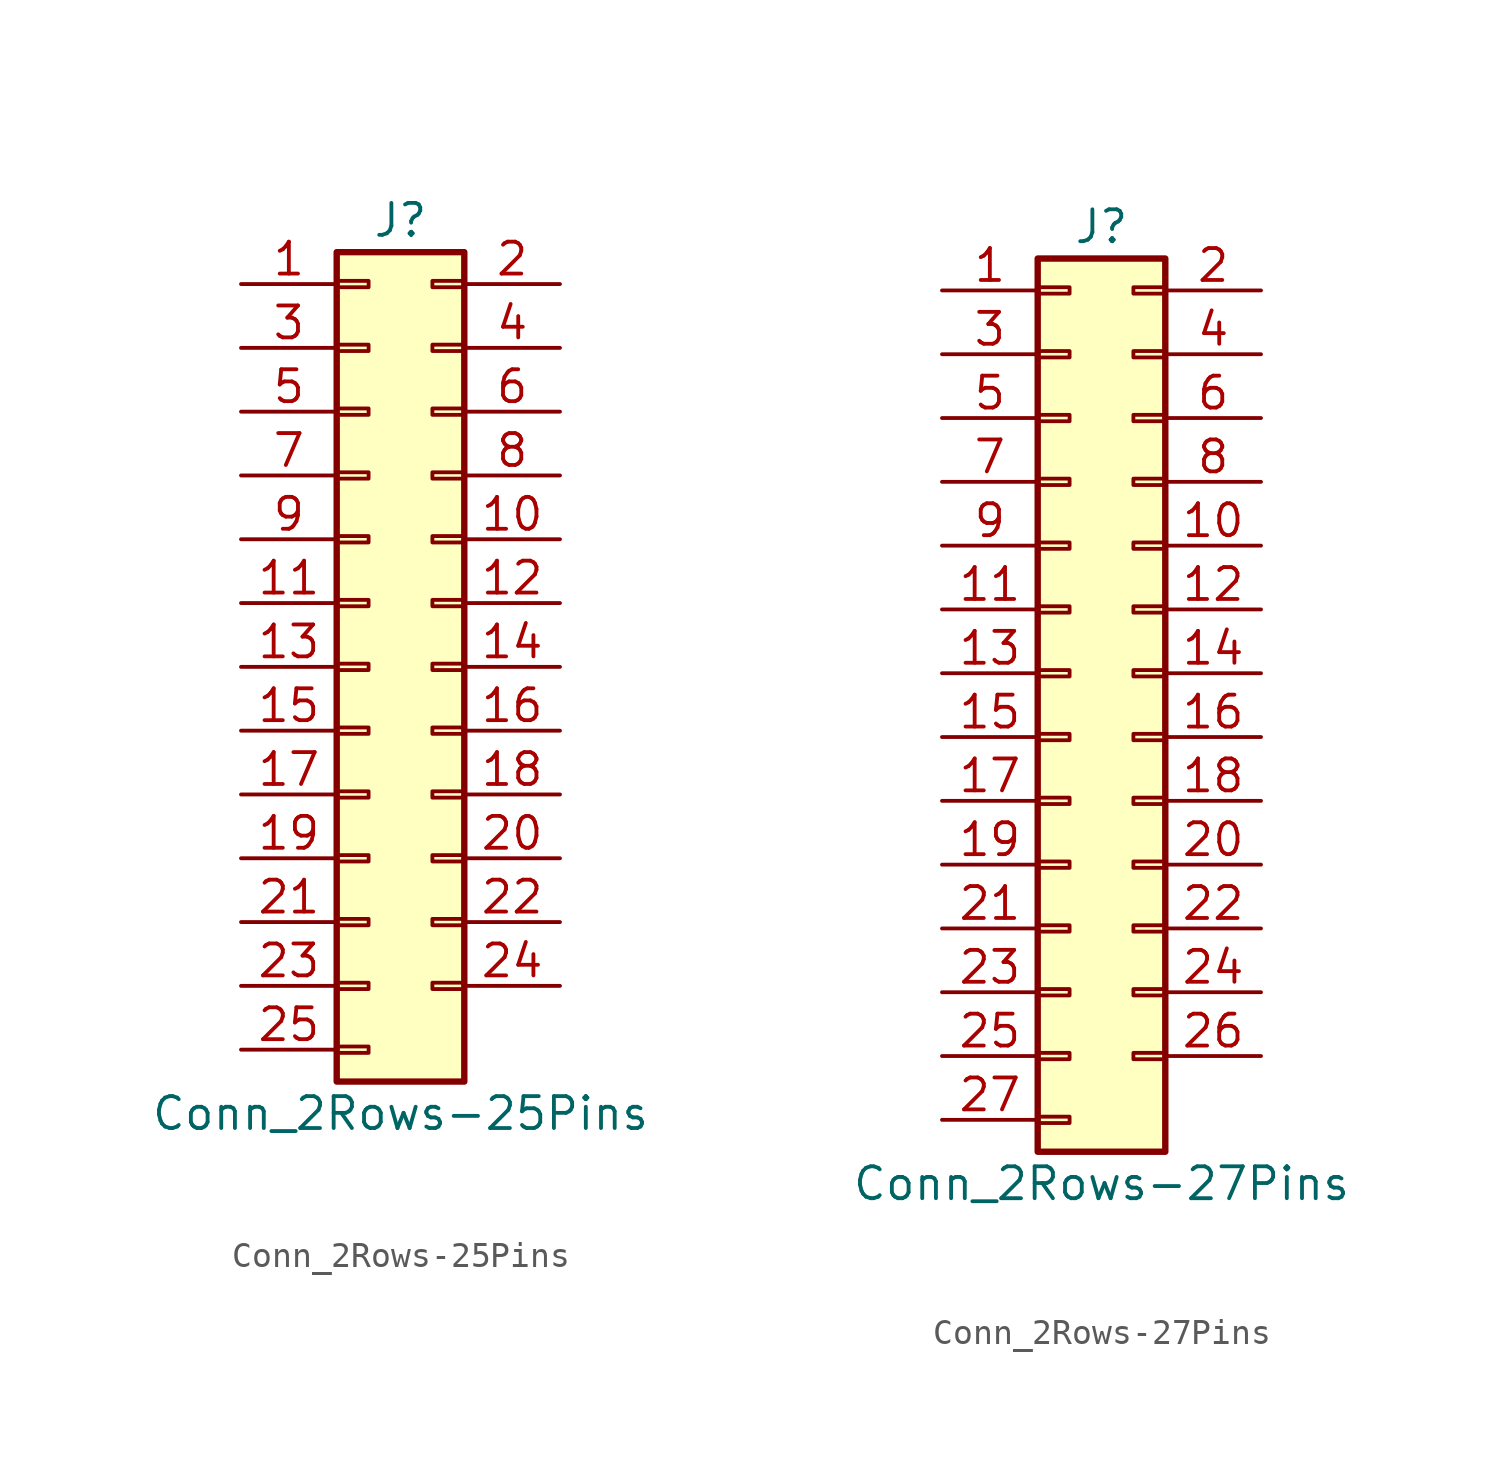
<source format=kicad_sym>
(kicad_symbol_lib
  (version 20201005)
  (generator kicad_symbol_editor)
  (symbol "Connector_Generic:Conn_2Rows-25Pins"
    (pin_names
      (offset 1.016) hide)
    (property "Reference" "J"
      (at 1.27 17.78 0)
      (effects (font (size 1.27 1.27))))
    (property "Value" "Conn_2Rows-25Pins"
      (at 1.27 -17.78 0)
      (effects (font (size 1.27 1.27))))
    (symbol "Conn_2Rows-25Pins_1_1"
      (rectangle (start -1.27 -4.953) (end 0 -5.207) (stroke (width 0.152)) (fill (type none)))
      (rectangle (start -1.27 -7.493) (end 0 -7.747) (stroke (width 0.152)) (fill (type none)))
      (rectangle (start -1.27 -10.033) (end 0 -10.287) (stroke (width 0.152)) (fill (type none)))
      (rectangle (start -1.27 -12.573) (end 0 -12.827) (stroke (width 0.152)) (fill (type none)))
      (rectangle (start -1.27 -15.113) (end 0 -15.367) (stroke (width 0.152)) (fill (type none)))
      (rectangle (start -1.27 -2.413) (end 0 -2.667) (stroke (width 0.152)) (fill (type none)))
      (rectangle (start -1.27 2.667) (end 0 2.413) (stroke (width 0.152)) (fill (type none)))
      (rectangle (start -1.27 5.207) (end 0 4.953) (stroke (width 0.152)) (fill (type none)))
      (rectangle (start -1.27 7.747) (end 0 7.493) (stroke (width 0.152)) (fill (type none)))
      (rectangle (start -1.27 10.287) (end 0 10.033) (stroke (width 0.152)) (fill (type none)))
      (rectangle (start -1.27 0.127) (end 0 -0.127) (stroke (width 0.152)) (fill (type none)))
      (rectangle (start -1.27 12.827) (end 0 12.573) (stroke (width 0.152)) (fill (type none)))
      (rectangle (start -1.27 15.367) (end 0 15.113) (stroke (width 0.152)) (fill (type none)))
      (rectangle (start -1.27 16.51) (end 3.81 -16.51) (stroke (width 0.254)) (fill (type background)))
      (rectangle (start 3.81 -4.953) (end 2.54 -5.207) (stroke (width 0.152)) (fill (type none)))
      (rectangle (start 3.81 -7.493) (end 2.54 -7.747) (stroke (width 0.152)) (fill (type none)))
      (rectangle (start 3.81 -10.033) (end 2.54 -10.287) (stroke (width 0.152)) (fill (type none)))
      (rectangle (start 3.81 -12.573) (end 2.54 -12.827) (stroke (width 0.152)) (fill (type none)))
      (rectangle (start 3.81 -2.413) (end 2.54 -2.667) (stroke (width 0.152)) (fill (type none)))
      (rectangle (start 3.81 2.667) (end 2.54 2.413) (stroke (width 0.152)) (fill (type none)))
      (rectangle (start 3.81 5.207) (end 2.54 4.953) (stroke (width 0.152)) (fill (type none)))
      (rectangle (start 3.81 7.747) (end 2.54 7.493) (stroke (width 0.152)) (fill (type none)))
      (rectangle (start 3.81 10.287) (end 2.54 10.033) (stroke (width 0.152)) (fill (type none)))
      (rectangle (start 3.81 0.127) (end 2.54 -0.127) (stroke (width 0.152)) (fill (type none)))
      (rectangle (start 3.81 12.827) (end 2.54 12.573) (stroke (width 0.152)) (fill (type none)))
      (rectangle (start 3.81 15.367) (end 2.54 15.113) (stroke (width 0.152)) (fill (type none)))
      (pin passive line (at -5.08 15.24 0) (length 3.81) (name "Pin_1" (effects (font (size 1.27 1.27)))) (number "1" (effects (font (size 1.27 1.27)))))
      (pin passive line (at 7.62 5.08 180) (length 3.81) (name "Pin_10" (effects (font (size 1.27 1.27)))) (number "10" (effects (font (size 1.27 1.27)))))
      (pin passive line (at -5.08 2.54 0) (length 3.81) (name "Pin_11" (effects (font (size 1.27 1.27)))) (number "11" (effects (font (size 1.27 1.27)))))
      (pin passive line (at 7.62 2.54 180) (length 3.81) (name "Pin_12" (effects (font (size 1.27 1.27)))) (number "12" (effects (font (size 1.27 1.27)))))
      (pin passive line (at -5.08 0 0) (length 3.81) (name "Pin_13" (effects (font (size 1.27 1.27)))) (number "13" (effects (font (size 1.27 1.27)))))
      (pin passive line (at 7.62 0 180) (length 3.81) (name "Pin_14" (effects (font (size 1.27 1.27)))) (number "14" (effects (font (size 1.27 1.27)))))
      (pin passive line (at -5.08 -2.54 0) (length 3.81) (name "Pin_15" (effects (font (size 1.27 1.27)))) (number "15" (effects (font (size 1.27 1.27)))))
      (pin passive line (at 7.62 -2.54 180) (length 3.81) (name "Pin_16" (effects (font (size 1.27 1.27)))) (number "16" (effects (font (size 1.27 1.27)))))
      (pin passive line (at -5.08 -5.08 0) (length 3.81) (name "Pin_17" (effects (font (size 1.27 1.27)))) (number "17" (effects (font (size 1.27 1.27)))))
      (pin passive line (at 7.62 -5.08 180) (length 3.81) (name "Pin_18" (effects (font (size 1.27 1.27)))) (number "18" (effects (font (size 1.27 1.27)))))
      (pin passive line (at -5.08 -7.62 0) (length 3.81) (name "Pin_19" (effects (font (size 1.27 1.27)))) (number "19" (effects (font (size 1.27 1.27)))))
      (pin passive line (at 7.62 15.24 180) (length 3.81) (name "Pin_2" (effects (font (size 1.27 1.27)))) (number "2" (effects (font (size 1.27 1.27)))))
      (pin passive line (at 7.62 -7.62 180) (length 3.81) (name "Pin_20" (effects (font (size 1.27 1.27)))) (number "20" (effects (font (size 1.27 1.27)))))
      (pin passive line (at -5.08 -10.16 0) (length 3.81) (name "Pin_21" (effects (font (size 1.27 1.27)))) (number "21" (effects (font (size 1.27 1.27)))))
      (pin passive line (at 7.62 -10.16 180) (length 3.81) (name "Pin_22" (effects (font (size 1.27 1.27)))) (number "22" (effects (font (size 1.27 1.27)))))
      (pin passive line (at -5.08 -12.7 0) (length 3.81) (name "Pin_23" (effects (font (size 1.27 1.27)))) (number "23" (effects (font (size 1.27 1.27)))))
      (pin passive line (at 7.62 -12.7 180) (length 3.81) (name "Pin_24" (effects (font (size 1.27 1.27)))) (number "24" (effects (font (size 1.27 1.27)))))
      (pin passive line (at -5.08 -15.24 0) (length 3.81) (name "Pin_25" (effects (font (size 1.27 1.27)))) (number "25" (effects (font (size 1.27 1.27)))))
      (pin passive line (at -5.08 12.7 0) (length 3.81) (name "Pin_3" (effects (font (size 1.27 1.27)))) (number "3" (effects (font (size 1.27 1.27)))))
      (pin passive line (at 7.62 12.7 180) (length 3.81) (name "Pin_4" (effects (font (size 1.27 1.27)))) (number "4" (effects (font (size 1.27 1.27)))))
      (pin passive line (at -5.08 10.16 0) (length 3.81) (name "Pin_5" (effects (font (size 1.27 1.27)))) (number "5" (effects (font (size 1.27 1.27)))))
      (pin passive line (at 7.62 10.16 180) (length 3.81) (name "Pin_6" (effects (font (size 1.27 1.27)))) (number "6" (effects (font (size 1.27 1.27)))))
      (pin passive line (at -5.08 7.62 0) (length 3.81) (name "Pin_7" (effects (font (size 1.27 1.27)))) (number "7" (effects (font (size 1.27 1.27)))))
      (pin passive line (at 7.62 7.62 180) (length 3.81) (name "Pin_8" (effects (font (size 1.27 1.27)))) (number "8" (effects (font (size 1.27 1.27)))))
      (pin passive line (at -5.08 5.08 0) (length 3.81) (name "Pin_9" (effects (font (size 1.27 1.27)))) (number "9" (effects (font (size 1.27 1.27)))))))
  (symbol "Connector_Generic:Conn_2Rows-27Pins"
    (pin_names
      (offset 1.016) hide)
    (property "Reference" "J"
      (at 1.27 17.78 0)
      (effects (font (size 1.27 1.27))))
    (property "Value" "Conn_2Rows-27Pins"
      (at 1.27 -20.32 0)
      (effects (font (size 1.27 1.27))))
    (symbol "Conn_2Rows-27Pins_1_1"
      (rectangle (start -1.27 -4.953) (end 0 -5.207) (stroke (width 0.152)) (fill (type none)))
      (rectangle (start -1.27 -7.493) (end 0 -7.747) (stroke (width 0.152)) (fill (type none)))
      (rectangle (start -1.27 -10.033) (end 0 -10.287) (stroke (width 0.152)) (fill (type none)))
      (rectangle (start -1.27 -12.573) (end 0 -12.827) (stroke (width 0.152)) (fill (type none)))
      (rectangle (start -1.27 -15.113) (end 0 -15.367) (stroke (width 0.152)) (fill (type none)))
      (rectangle (start -1.27 -17.653) (end 0 -17.907) (stroke (width 0.152)) (fill (type none)))
      (rectangle (start -1.27 -2.413) (end 0 -2.667) (stroke (width 0.152)) (fill (type none)))
      (rectangle (start -1.27 2.667) (end 0 2.413) (stroke (width 0.152)) (fill (type none)))
      (rectangle (start -1.27 5.207) (end 0 4.953) (stroke (width 0.152)) (fill (type none)))
      (rectangle (start -1.27 7.747) (end 0 7.493) (stroke (width 0.152)) (fill (type none)))
      (rectangle (start -1.27 10.287) (end 0 10.033) (stroke (width 0.152)) (fill (type none)))
      (rectangle (start -1.27 0.127) (end 0 -0.127) (stroke (width 0.152)) (fill (type none)))
      (rectangle (start -1.27 12.827) (end 0 12.573) (stroke (width 0.152)) (fill (type none)))
      (rectangle (start -1.27 15.367) (end 0 15.113) (stroke (width 0.152)) (fill (type none)))
      (rectangle (start -1.27 16.51) (end 3.81 -19.05) (stroke (width 0.254)) (fill (type background)))
      (rectangle (start 3.81 -4.953) (end 2.54 -5.207) (stroke (width 0.152)) (fill (type none)))
      (rectangle (start 3.81 -7.493) (end 2.54 -7.747) (stroke (width 0.152)) (fill (type none)))
      (rectangle (start 3.81 -10.033) (end 2.54 -10.287) (stroke (width 0.152)) (fill (type none)))
      (rectangle (start 3.81 -12.573) (end 2.54 -12.827) (stroke (width 0.152)) (fill (type none)))
      (rectangle (start 3.81 -15.113) (end 2.54 -15.367) (stroke (width 0.152)) (fill (type none)))
      (rectangle (start 3.81 -2.413) (end 2.54 -2.667) (stroke (width 0.152)) (fill (type none)))
      (rectangle (start 3.81 2.667) (end 2.54 2.413) (stroke (width 0.152)) (fill (type none)))
      (rectangle (start 3.81 5.207) (end 2.54 4.953) (stroke (width 0.152)) (fill (type none)))
      (rectangle (start 3.81 7.747) (end 2.54 7.493) (stroke (width 0.152)) (fill (type none)))
      (rectangle (start 3.81 10.287) (end 2.54 10.033) (stroke (width 0.152)) (fill (type none)))
      (rectangle (start 3.81 0.127) (end 2.54 -0.127) (stroke (width 0.152)) (fill (type none)))
      (rectangle (start 3.81 12.827) (end 2.54 12.573) (stroke (width 0.152)) (fill (type none)))
      (rectangle (start 3.81 15.367) (end 2.54 15.113) (stroke (width 0.152)) (fill (type none)))
      (pin passive line (at -5.08 15.24 0) (length 3.81) (name "Pin_1" (effects (font (size 1.27 1.27)))) (number "1" (effects (font (size 1.27 1.27)))))
      (pin passive line (at 7.62 5.08 180) (length 3.81) (name "Pin_10" (effects (font (size 1.27 1.27)))) (number "10" (effects (font (size 1.27 1.27)))))
      (pin passive line (at -5.08 2.54 0) (length 3.81) (name "Pin_11" (effects (font (size 1.27 1.27)))) (number "11" (effects (font (size 1.27 1.27)))))
      (pin passive line (at 7.62 2.54 180) (length 3.81) (name "Pin_12" (effects (font (size 1.27 1.27)))) (number "12" (effects (font (size 1.27 1.27)))))
      (pin passive line (at -5.08 0 0) (length 3.81) (name "Pin_13" (effects (font (size 1.27 1.27)))) (number "13" (effects (font (size 1.27 1.27)))))
      (pin passive line (at 7.62 0 180) (length 3.81) (name "Pin_14" (effects (font (size 1.27 1.27)))) (number "14" (effects (font (size 1.27 1.27)))))
      (pin passive line (at -5.08 -2.54 0) (length 3.81) (name "Pin_15" (effects (font (size 1.27 1.27)))) (number "15" (effects (font (size 1.27 1.27)))))
      (pin passive line (at 7.62 -2.54 180) (length 3.81) (name "Pin_16" (effects (font (size 1.27 1.27)))) (number "16" (effects (font (size 1.27 1.27)))))
      (pin passive line (at -5.08 -5.08 0) (length 3.81) (name "Pin_17" (effects (font (size 1.27 1.27)))) (number "17" (effects (font (size 1.27 1.27)))))
      (pin passive line (at 7.62 -5.08 180) (length 3.81) (name "Pin_18" (effects (font (size 1.27 1.27)))) (number "18" (effects (font (size 1.27 1.27)))))
      (pin passive line (at -5.08 -7.62 0) (length 3.81) (name "Pin_19" (effects (font (size 1.27 1.27)))) (number "19" (effects (font (size 1.27 1.27)))))
      (pin passive line (at 7.62 15.24 180) (length 3.81) (name "Pin_2" (effects (font (size 1.27 1.27)))) (number "2" (effects (font (size 1.27 1.27)))))
      (pin passive line (at 7.62 -7.62 180) (length 3.81) (name "Pin_20" (effects (font (size 1.27 1.27)))) (number "20" (effects (font (size 1.27 1.27)))))
      (pin passive line (at -5.08 -10.16 0) (length 3.81) (name "Pin_21" (effects (font (size 1.27 1.27)))) (number "21" (effects (font (size 1.27 1.27)))))
      (pin passive line (at 7.62 -10.16 180) (length 3.81) (name "Pin_22" (effects (font (size 1.27 1.27)))) (number "22" (effects (font (size 1.27 1.27)))))
      (pin passive line (at -5.08 -12.7 0) (length 3.81) (name "Pin_23" (effects (font (size 1.27 1.27)))) (number "23" (effects (font (size 1.27 1.27)))))
      (pin passive line (at 7.62 -12.7 180) (length 3.81) (name "Pin_24" (effects (font (size 1.27 1.27)))) (number "24" (effects (font (size 1.27 1.27)))))
      (pin passive line (at -5.08 -15.24 0) (length 3.81) (name "Pin_25" (effects (font (size 1.27 1.27)))) (number "25" (effects (font (size 1.27 1.27)))))
      (pin passive line (at 7.62 -15.24 180) (length 3.81) (name "Pin_26" (effects (font (size 1.27 1.27)))) (number "26" (effects (font (size 1.27 1.27)))))
      (pin passive line (at -5.08 -17.78 0) (length 3.81) (name "Pin_27" (effects (font (size 1.27 1.27)))) (number "27" (effects (font (size 1.27 1.27)))))
      (pin passive line (at -5.08 12.7 0) (length 3.81) (name "Pin_3" (effects (font (size 1.27 1.27)))) (number "3" (effects (font (size 1.27 1.27)))))
      (pin passive line (at 7.62 12.7 180) (length 3.81) (name "Pin_4" (effects (font (size 1.27 1.27)))) (number "4" (effects (font (size 1.27 1.27)))))
      (pin passive line (at -5.08 10.16 0) (length 3.81) (name "Pin_5" (effects (font (size 1.27 1.27)))) (number "5" (effects (font (size 1.27 1.27)))))
      (pin passive line (at 7.62 10.16 180) (length 3.81) (name "Pin_6" (effects (font (size 1.27 1.27)))) (number "6" (effects (font (size 1.27 1.27)))))
      (pin passive line (at -5.08 7.62 0) (length 3.81) (name "Pin_7" (effects (font (size 1.27 1.27)))) (number "7" (effects (font (size 1.27 1.27)))))
      (pin passive line (at 7.62 7.62 180) (length 3.81) (name "Pin_8" (effects (font (size 1.27 1.27)))) (number "8" (effects (font (size 1.27 1.27)))))
      (pin passive line (at -5.08 5.08 0) (length 3.81) (name "Pin_9" (effects (font (size 1.27 1.27)))) (number "9" (effects (font (size 1.27 1.27))))))))
</source>
